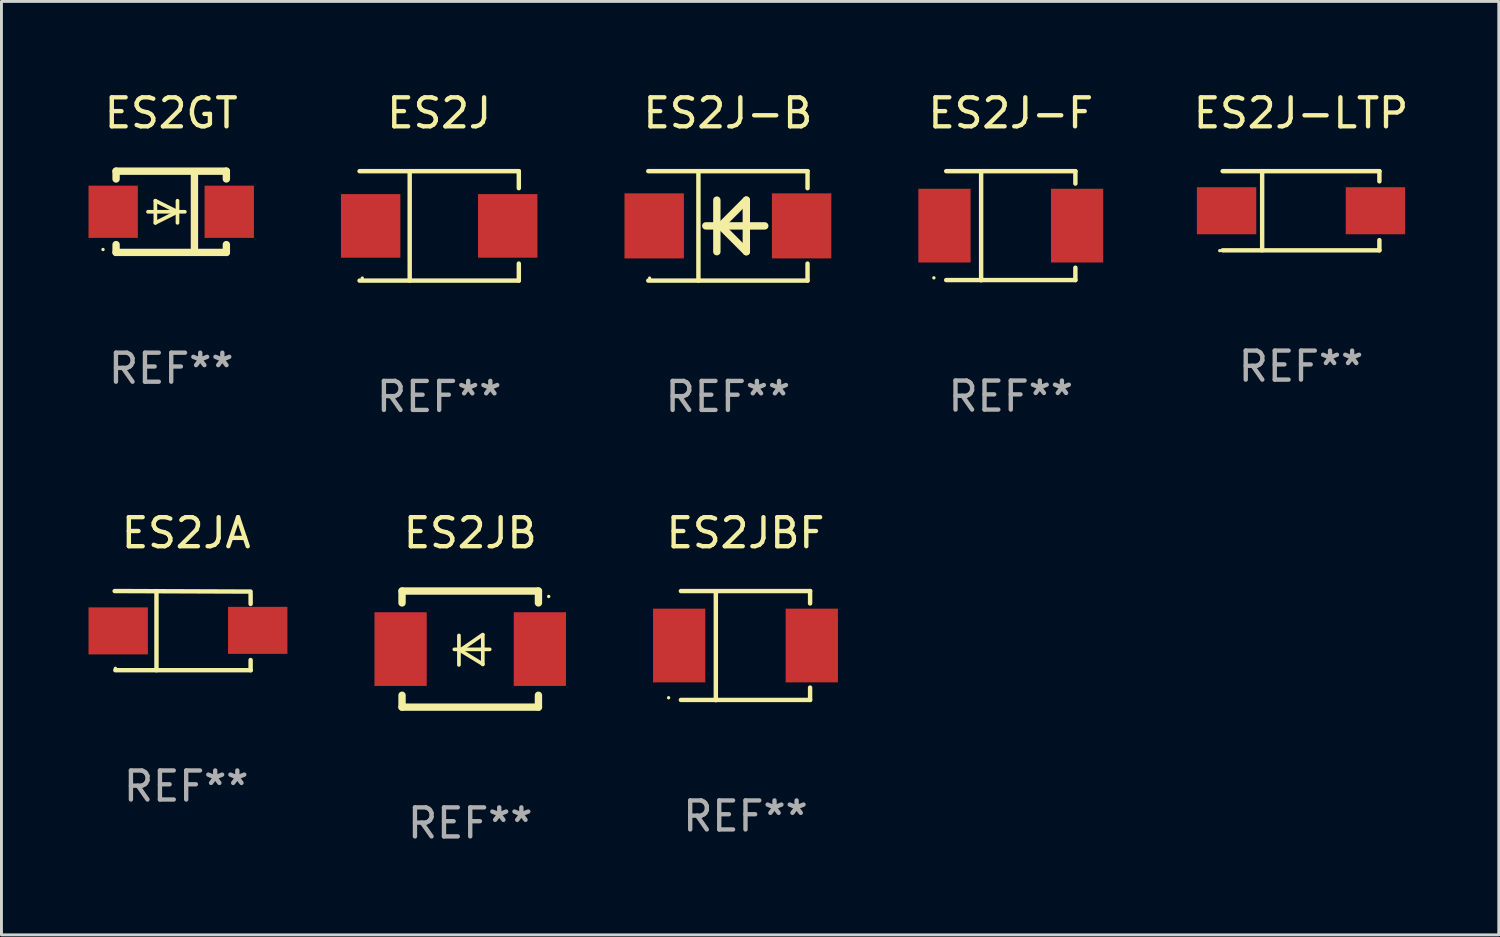
<source format=kicad_pcb>
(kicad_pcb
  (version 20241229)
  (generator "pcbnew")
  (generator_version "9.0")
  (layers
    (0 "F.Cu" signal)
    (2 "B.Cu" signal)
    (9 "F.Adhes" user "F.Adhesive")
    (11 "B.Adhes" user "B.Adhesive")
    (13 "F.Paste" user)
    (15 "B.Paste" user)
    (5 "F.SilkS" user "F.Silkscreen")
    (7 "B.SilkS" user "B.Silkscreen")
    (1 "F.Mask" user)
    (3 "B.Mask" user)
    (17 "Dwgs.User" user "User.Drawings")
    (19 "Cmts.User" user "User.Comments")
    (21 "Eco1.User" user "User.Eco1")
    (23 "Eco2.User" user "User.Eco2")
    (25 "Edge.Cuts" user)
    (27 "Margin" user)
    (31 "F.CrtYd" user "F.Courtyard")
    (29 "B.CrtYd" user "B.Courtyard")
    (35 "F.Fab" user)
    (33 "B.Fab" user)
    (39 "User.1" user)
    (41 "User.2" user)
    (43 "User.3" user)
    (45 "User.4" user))
  (footprint "ES2J"
    (layer "F.Cu")
    (at 12.084 4.734)
    (property "Reference" "ES2J" (at 0 -3.886 0) (layer "F.SilkS") (effects (font (size 1 1) (thickness 0.15))))
    (attr through_hole)
    (fp_line (start -2.744 -1.886) (end 2.744 -1.886) (stroke (width 0.152) (type solid)) (layer "F.SilkS"))
    (fp_line (start -2.744 1.886) (end 2.744 1.886) (stroke (width 0.152) (type solid)) (layer "F.SilkS"))
    (fp_line (start -1.016 -1.886) (end -1.016 1.886) (stroke (width 0.152) (type solid)) (layer "F.SilkS"))
    (fp_line (start 2.744 -1.886) (end 2.744 -1.299) (stroke (width 0.152) (type solid)) (layer "F.SilkS"))
    (fp_line (start 2.744 1.886) (end 2.744 1.299) (stroke (width 0.152) (type solid)) (layer "F.SilkS"))
    (fp_circle (center -2.65 1.8) (end -2.62 1.8) (stroke (width 0.06) (type solid)) (fill no) (layer "F.SilkS"))
    (fp_text user "REF**" (at 0 5.886 0) (layer "F.Fab") (effects (font (size 1 1) (thickness 0.15))))
    (pad "1" smd rect (at -2.361 0) (size 2.047 2.192) (layers "F.Cu" "F.Mask" "F.Paste"))
    (pad "2" smd rect (at 2.361 0) (size 2.047 2.192) (layers "F.Cu" "F.Mask" "F.Paste")))
  (footprint "ES2J-F"
    (layer "F.Cu")
    (at 31.781 4.728)
    (property "Reference" "ES2J-F" (at 0 -3.88 0) (layer "F.SilkS") (effects (font (size 1 1) (thickness 0.15))))
    (attr through_hole)
    (fp_line (start -2.226 -1.88) (end 2.226 -1.88) (stroke (width 0.152) (type solid)) (layer "F.SilkS"))
    (fp_line (start -2.226 1.873) (end 2.226 1.873) (stroke (width 0.152) (type solid)) (layer "F.SilkS"))
    (fp_line (start -1.022 -1.873) (end -1.022 1.88) (stroke (width 0.152) (type solid)) (layer "F.SilkS"))
    (fp_line (start 2.226 -1.88) (end 2.226 -1.453) (stroke (width 0.152) (type solid)) (layer "F.SilkS"))
    (fp_line (start 2.226 1.447) (end 2.226 1.873) (stroke (width 0.152) (type solid)) (layer "F.SilkS"))
    (fp_circle (center -2.65 1.797) (end -2.62 1.797) (stroke (width 0.06) (type solid)) (fill no) (layer "F.SilkS"))
    (fp_text user "REF**" (at 0 5.88 0) (layer "F.Fab") (effects (font (size 1 1) (thickness 0.15))))
    (pad "1" smd rect (at -2.285 -0.003) (size 1.8 2.54) (layers "F.Cu" "F.Mask" "F.Paste"))
    (pad "2" smd rect (at 2.285 -0.003) (size 1.8 2.54) (layers "F.Cu" "F.Mask" "F.Paste")))
  (footprint "ES2GT"
    (layer "F.Cu")
    (at 2.85 4.248)
    (property "Reference" "ES2GT" (at 0 -3.4 0) (layer "F.SilkS") (effects (font (size 1 1) (thickness 0.15))))
    (attr through_hole)
    (fp_line (start -1.9 -1.4) (end -1.9 -1.131) (stroke (width 0.254) (type solid)) (layer "F.SilkS"))
    (fp_line (start -1.9 -1.4) (end 1.9 -1.4) (stroke (width 0.254) (type solid)) (layer "F.SilkS"))
    (fp_line (start -1.9 1.131) (end -1.9 1.4) (stroke (width 0.254) (type solid)) (layer "F.SilkS"))
    (fp_line (start -1.9 1.4) (end 1.9 1.4) (stroke (width 0.254) (type solid)) (layer "F.SilkS"))
    (fp_line (start -0.8 0) (end 0.47 0) (stroke (width 0.127) (type solid)) (layer "F.SilkS"))
    (fp_line (start -0.546 -0.381) (end 0.216 0) (stroke (width 0.127) (type solid)) (layer "F.SilkS"))
    (fp_line (start -0.546 0) (end -0.546 -0.381) (stroke (width 0.127) (type solid)) (layer "F.SilkS"))
    (fp_line (start -0.546 0) (end -0.546 0.381) (stroke (width 0.127) (type solid)) (layer "F.SilkS"))
    (fp_line (start -0.546 0.381) (end 0.216 0) (stroke (width 0.127) (type solid)) (layer "F.SilkS"))
    (fp_line (start 0.216 0) (end 0.216 -0.381) (stroke (width 0.127) (type solid)) (layer "F.SilkS"))
    (fp_line (start 0.216 0) (end 0.216 0.381) (stroke (width 0.127) (type solid)) (layer "F.SilkS"))
    (fp_line (start 0.8 1.25) (end 0.8 -1.25) (stroke (width 0.254) (type solid)) (layer "F.SilkS"))
    (fp_line (start 1.9 -1.4) (end 1.9 -1.131) (stroke (width 0.254) (type solid)) (layer "F.SilkS"))
    (fp_line (start 1.9 1.131) (end 1.9 1.4) (stroke (width 0.254) (type solid)) (layer "F.SilkS"))
    (fp_circle (center -2.35 1.3) (end -2.32 1.3) (stroke (width 0.06) (type solid)) (fill no) (layer "F.SilkS"))
    (fp_text user "REF**" (at 0 5.4 0) (layer "F.Fab") (effects (font (size 1 1) (thickness 0.15))))
    (pad "1" smd rect (at -2 0 180) (size 1.7 1.8) (layers "F.Cu" "F.Mask" "F.Paste"))
    (pad "2" smd rect (at 2 0 180) (size 1.7 1.8) (layers "F.Cu" "F.Mask" "F.Paste")))
  (footprint "ES2JB"
    (layer "F.Cu")
    (at 13.154 19.317)
    (property "Reference" "ES2JB" (at 0 -4 0) (layer "F.SilkS") (effects (font (size 1 1) (thickness 0.15))))
    (attr through_hole)
    (fp_line (start -2.35 -2) (end -2.35 -1.591) (stroke (width 0.254) (type solid)) (layer "F.SilkS"))
    (fp_line (start -2.35 -2) (end 2.35 -2) (stroke (width 0.254) (type solid)) (layer "F.SilkS"))
    (fp_line (start -2.35 1.591) (end -2.35 2) (stroke (width 0.254) (type solid)) (layer "F.SilkS"))
    (fp_line (start -2.35 2) (end 2.35 2) (stroke (width 0.254) (type solid)) (layer "F.SilkS"))
    (fp_line (start -0.548 0.01) (end 0.671 0.01) (stroke (width 0.127) (type solid)) (layer "F.SilkS"))
    (fp_line (start -0.389 -0.47) (end -0.389 0.546) (stroke (width 0.127) (type solid)) (layer "F.SilkS"))
    (fp_line (start -0.35 0.04) (end 0.433 0.52) (stroke (width 0.127) (type solid)) (layer "F.SilkS"))
    (fp_line (start 0.433 -0.5) (end -0.35 0.04) (stroke (width 0.127) (type solid)) (layer "F.SilkS"))
    (fp_line (start 0.433 0.53) (end 0.433 -0.486) (stroke (width 0.127) (type solid)) (layer "F.SilkS"))
    (fp_line (start 2.35 -2) (end 2.35 -1.591) (stroke (width 0.254) (type solid)) (layer "F.SilkS"))
    (fp_line (start 2.35 1.591) (end 2.35 2) (stroke (width 0.254) (type solid)) (layer "F.SilkS"))
    (fp_circle (center 2.704 -1.813) (end 2.734 -1.813) (stroke (width 0.06) (type solid)) (fill no) (layer "F.SilkS"))
    (fp_text user "REF**" (at 0 6 0) (layer "F.Fab") (effects (font (size 1 1) (thickness 0.15))))
    (pad "1" smd rect (at 2.4 0) (size 1.8 2.54) (layers "F.Cu" "F.Mask" "F.Paste"))
    (pad "2" smd rect (at -2.4 0) (size 1.8 2.54) (layers "F.Cu" "F.Mask" "F.Paste")))
  (footprint "ES2J-LTP"
    (layer "F.Cu")
    (at 41.782 4.212)
    (property "Reference" "ES2J-LTP" (at 0 -3.364 0) (layer "F.SilkS") (effects (font (size 1 1) (thickness 0.15))))
    (attr through_hole)
    (fp_line (start -2.701 -1.364) (end 2.701 -1.364) (stroke (width 0.152) (type solid)) (layer "F.SilkS"))
    (fp_line (start -2.701 1.364) (end 2.701 1.364) (stroke (width 0.152) (type solid)) (layer "F.SilkS"))
    (fp_line (start -1.339 -1.364) (end -1.339 1.364) (stroke (width 0.152) (type solid)) (layer "F.SilkS"))
    (fp_line (start 2.701 -1.364) (end 2.701 -1.013) (stroke (width 0.152) (type solid)) (layer "F.SilkS"))
    (fp_line (start 2.701 1.364) (end 2.701 1.013) (stroke (width 0.152) (type solid)) (layer "F.SilkS"))
    (fp_circle (center -2.8 1.375) (end -2.77 1.375) (stroke (width 0.06) (type solid)) (fill no) (layer "F.SilkS"))
    (fp_text user "REF**" (at 0 5.364 0) (layer "F.Fab") (effects (font (size 1 1) (thickness 0.15))))
    (pad "1" smd rect (at -2.565 -0.000025) (size 2.046 1.62) (layers "F.Cu" "F.Mask" "F.Paste"))
    (pad "2" smd rect (at 2.565 -0.000025) (size 2.046 1.62) (layers "F.Cu" "F.Mask" "F.Paste")))
  (footprint "ES2JA"
    (layer "F.Cu")
    (at 3.366 18.681)
    (property "Reference" "ES2JA" (at 0 -3.364 0) (layer "F.SilkS") (effects (font (size 1 1) (thickness 0.15))))
    (attr through_hole)
    (fp_line (start -2.465 -1.364) (end 2.22 -1.346) (stroke (width 0.152) (type solid)) (layer "F.SilkS"))
    (fp_line (start -2.442 1.364) (end 2.226 1.364) (stroke (width 0.152) (type solid)) (layer "F.SilkS"))
    (fp_line (start -1.024 -1.364) (end -1.024 1.364) (stroke (width 0.152) (type solid)) (layer "F.SilkS"))
    (fp_line (start 2.22 -1.27) (end 2.22 -0.919) (stroke (width 0.152) (type solid)) (layer "F.SilkS"))
    (fp_line (start 2.22 1.364) (end 2.22 1.013) (stroke (width 0.152) (type solid)) (layer "F.SilkS"))
    (fp_circle (center -2.439 1.3) (end -2.409 1.3) (stroke (width 0.06) (type solid)) (fill no) (layer "F.SilkS"))
    (fp_text user "REF**" (at 0 5.364 0) (layer "F.Fab") (effects (font (size 1 1) (thickness 0.15))))
    (pad "1" smd rect (at -2.343 0.009) (size 2.046 1.62) (layers "F.Cu" "F.Mask" "F.Paste"))
    (pad "2" smd rect (at 2.465 -0.009 180) (size 2.046 1.62) (layers "F.Cu" "F.Mask" "F.Paste")))
  (footprint "ES2JBF"
    (layer "F.Cu")
    (at 22.639 19.197)
    (property "Reference" "ES2JBF" (at 0 -3.88 0) (layer "F.SilkS") (effects (font (size 1 1) (thickness 0.15))))
    (attr through_hole)
    (fp_line (start -2.226 -1.88) (end 2.226 -1.88) (stroke (width 0.152) (type solid)) (layer "F.SilkS"))
    (fp_line (start -2.226 1.873) (end 2.226 1.873) (stroke (width 0.152) (type solid)) (layer "F.SilkS"))
    (fp_line (start -1.022 -1.873) (end -1.022 1.88) (stroke (width 0.152) (type solid)) (layer "F.SilkS"))
    (fp_line (start 2.226 -1.88) (end 2.226 -1.453) (stroke (width 0.152) (type solid)) (layer "F.SilkS"))
    (fp_line (start 2.226 1.447) (end 2.226 1.873) (stroke (width 0.152) (type solid)) (layer "F.SilkS"))
    (fp_circle (center -2.65 1.797) (end -2.62 1.797) (stroke (width 0.06) (type solid)) (fill no) (layer "F.SilkS"))
    (fp_text user "REF**" (at 0 5.88 0) (layer "F.Fab") (effects (font (size 1 1) (thickness 0.15))))
    (pad "1" smd rect (at -2.285 -0.003) (size 1.8 2.54) (layers "F.Cu" "F.Mask" "F.Paste"))
    (pad "2" smd rect (at 2.285 -0.003) (size 1.8 2.54) (layers "F.Cu" "F.Mask" "F.Paste")))
  (footprint "ES2J-B"
    (layer "F.Cu")
    (at 22.033 4.734)
    (property "Reference" "ES2J-B" (at 0 -3.886 0) (layer "F.SilkS") (effects (font (size 1 1) (thickness 0.15))))
    (attr through_hole)
    (fp_line (start -2.744 -1.886) (end 2.744 -1.886) (stroke (width 0.152) (type solid)) (layer "F.SilkS"))
    (fp_line (start -2.744 1.886) (end 2.744 1.886) (stroke (width 0.152) (type solid)) (layer "F.SilkS"))
    (fp_line (start -1.016 -1.886) (end -1.016 1.886) (stroke (width 0.152) (type solid)) (layer "F.SilkS"))
    (fp_line (start -0.381 -0.889) (end -0.381 0.889) (stroke (width 0.254) (type solid)) (layer "F.SilkS"))
    (fp_line (start -0.366 0) (end -0.254 0) (stroke (width 0.254) (type solid)) (layer "F.SilkS"))
    (fp_line (start -0.254 0) (end -0.328 0) (stroke (width 0.254) (type solid)) (layer "F.SilkS"))
    (fp_line (start -0.254 0) (end 0.635 -0.889) (stroke (width 0.254) (type solid)) (layer "F.SilkS"))
    (fp_line (start 0.635 -0.889) (end 0.635 0.889) (stroke (width 0.254) (type solid)) (layer "F.SilkS"))
    (fp_line (start 0.635 0.889) (end -0.254 0) (stroke (width 0.254) (type solid)) (layer "F.SilkS"))
    (fp_line (start 1.27 0) (end -0.762 0) (stroke (width 0.254) (type solid)) (layer "F.SilkS"))
    (fp_line (start 2.744 -1.886) (end 2.744 -1.299) (stroke (width 0.152) (type solid)) (layer "F.SilkS"))
    (fp_line (start 2.744 1.886) (end 2.744 1.299) (stroke (width 0.152) (type solid)) (layer "F.SilkS"))
    (fp_circle (center -2.698 1.8) (end -2.668 1.8) (stroke (width 0.06) (type solid)) (fill no) (layer "F.SilkS"))
    (fp_text user "REF**" (at 0 5.886 0) (layer "F.Fab") (effects (font (size 1 1) (thickness 0.15))))
    (pad "1" smd rect (at -2.54 0) (size 2.047 2.241) (layers "F.Cu" "F.Mask" "F.Paste"))
    (pad "2" smd rect (at 2.54 0) (size 2.047 2.241) (layers "F.Cu" "F.Mask" "F.Paste")))
  (gr_rect
    (start -3 -3)
    (end 48.597 29.165)
    (stroke (width 0.1) (type default))
    (fill no)
    (layer "Edge.Cuts")))
</source>
